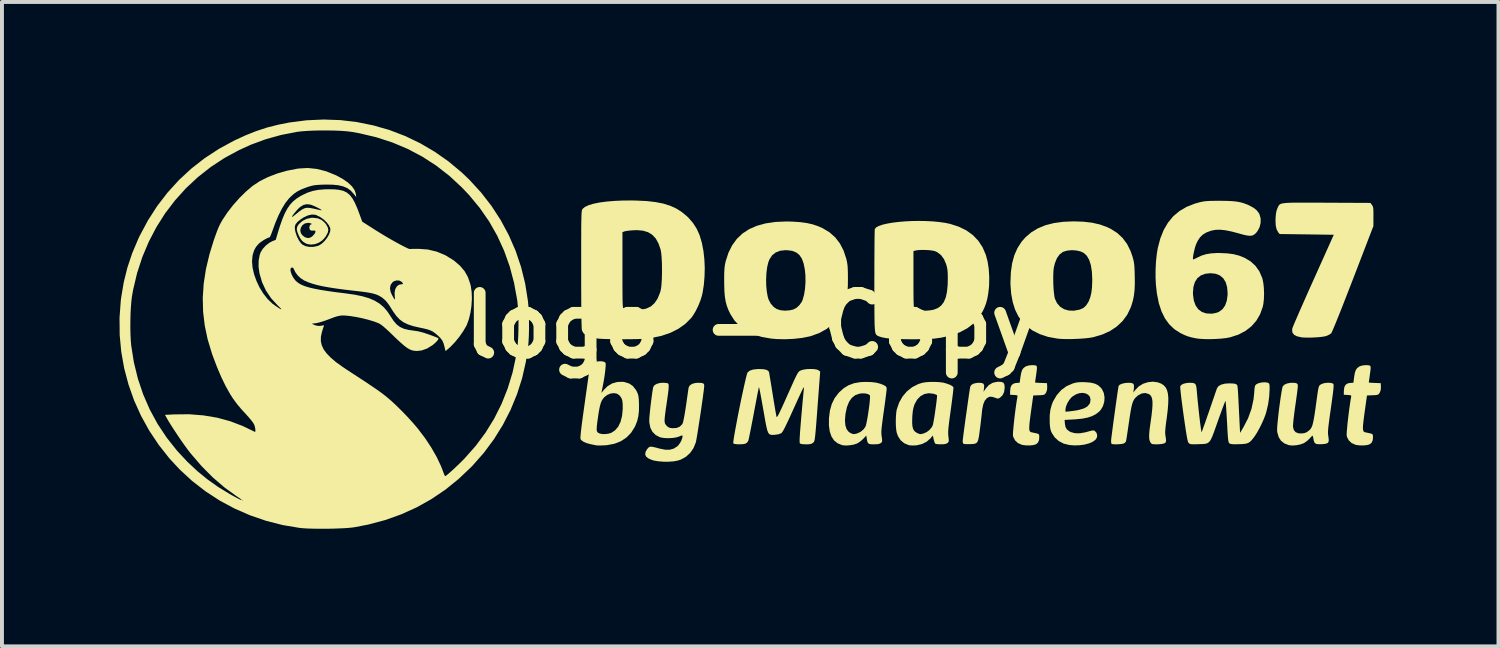
<source format=kicad_pcb>
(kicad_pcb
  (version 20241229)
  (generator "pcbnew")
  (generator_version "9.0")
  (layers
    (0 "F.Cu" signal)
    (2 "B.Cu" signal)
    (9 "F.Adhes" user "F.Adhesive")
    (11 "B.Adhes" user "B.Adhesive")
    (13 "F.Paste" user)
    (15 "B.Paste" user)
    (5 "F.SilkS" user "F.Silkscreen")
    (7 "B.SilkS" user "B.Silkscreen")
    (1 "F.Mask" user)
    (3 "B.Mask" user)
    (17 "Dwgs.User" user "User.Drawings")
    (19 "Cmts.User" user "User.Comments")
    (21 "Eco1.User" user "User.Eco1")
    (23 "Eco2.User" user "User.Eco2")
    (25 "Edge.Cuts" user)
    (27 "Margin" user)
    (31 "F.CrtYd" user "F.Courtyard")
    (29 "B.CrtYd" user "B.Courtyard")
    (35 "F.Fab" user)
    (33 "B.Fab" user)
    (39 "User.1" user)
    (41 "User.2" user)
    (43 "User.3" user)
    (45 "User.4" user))
  (footprint "logo - Copy"
    (layer "F.Cu")
    (at 16.122 5.259)
    (property "Reference" "logo - Copy" (at 0 0 0) (layer "F.SilkS") (effects (font (size 1.524 1.524) (thickness 0.3))))
    (attr through_hole)
    (fp_poly (pts (xy -11.063 -2.738) (xy -10.962 -2.694) (xy -10.878 -2.618) (xy -10.846 -2.576) (xy -10.808 -2.506) (xy -10.794 -2.444) (xy -10.806 -2.378) (xy -10.845 -2.301) (xy -10.869 -2.262) (xy -10.942 -2.179) (xy -11.034 -2.117) (xy -11.135 -2.079) (xy -11.239 -2.067) (xy -11.336 -2.083) (xy -11.37 -2.098) (xy -11.432 -2.136) (xy -11.478 -2.18) (xy -11.519 -2.242) (xy -11.548 -2.3) (xy -11.585 -2.39) (xy -11.591 -2.419) (xy -11.509 -2.419) (xy -11.492 -2.355) (xy -11.448 -2.297) (xy -11.388 -2.254) (xy -11.321 -2.235) (xy -11.315 -2.235) (xy -11.26 -2.243) (xy -11.212 -2.271) (xy -11.183 -2.298) (xy -11.146 -2.342) (xy -11.124 -2.382) (xy -11.121 -2.396) (xy -11.127 -2.419) (xy -11.153 -2.426) (xy -11.184 -2.424) (xy -11.231 -2.424) (xy -11.259 -2.443) (xy -11.269 -2.457) (xy -11.278 -2.501) (xy -11.27 -2.547) (xy -11.247 -2.579) (xy -11.227 -2.586) (xy -11.212 -2.591) (xy -11.224 -2.601) (xy -11.252 -2.612) (xy -11.287 -2.621) (xy -11.309 -2.623) (xy -11.392 -2.607) (xy -11.456 -2.562) (xy -11.497 -2.493) (xy -11.509 -2.419) (xy -11.591 -2.419) (xy -11.599 -2.462) (xy -11.588 -2.522) (xy -11.553 -2.58) (xy -11.545 -2.59) (xy -11.457 -2.669) (xy -11.348 -2.724) (xy -11.226 -2.751) (xy -11.185 -2.752)) (stroke (width 0) (type solid)) (fill yes) (layer "F.SilkS"))
    (fp_poly (pts (xy 6.379 1.437) (xy 6.429 1.454) (xy 6.455 1.491) (xy 6.465 1.554) (xy 6.465 1.586) (xy 6.451 1.696) (xy 6.408 1.782) (xy 6.346 1.839) (xy 6.313 1.858) (xy 6.284 1.861) (xy 6.242 1.849) (xy 6.22 1.84) (xy 6.144 1.817) (xy 6.087 1.814) (xy 6.038 1.834) (xy 6.005 1.858) (xy 5.956 1.919) (xy 5.919 2.011) (xy 5.893 2.136) (xy 5.884 2.217) (xy 5.878 2.277) (xy 5.868 2.365) (xy 5.856 2.47) (xy 5.842 2.582) (xy 5.834 2.642) (xy 5.818 2.768) (xy 5.803 2.862) (xy 5.786 2.93) (xy 5.765 2.975) (xy 5.736 3.002) (xy 5.695 3.016) (xy 5.641 3.022) (xy 5.583 3.024) (xy 5.512 3.025) (xy 5.454 3.023) (xy 5.42 3.019) (xy 5.417 3.018) (xy 5.401 2.994) (xy 5.394 2.951) (xy 5.394 2.948) (xy 5.397 2.918) (xy 5.404 2.857) (xy 5.415 2.769) (xy 5.429 2.661) (xy 5.446 2.536) (xy 5.464 2.401) (xy 5.484 2.261) (xy 5.504 2.12) (xy 5.523 1.984) (xy 5.541 1.857) (xy 5.557 1.746) (xy 5.571 1.656) (xy 5.582 1.591) (xy 5.588 1.557) (xy 5.617 1.512) (xy 5.675 1.48) (xy 5.757 1.462) (xy 5.806 1.459) (xy 5.88 1.464) (xy 5.924 1.483) (xy 5.942 1.522) (xy 5.94 1.586) (xy 5.938 1.601) (xy 5.926 1.69) (xy 5.982 1.606) (xy 6.063 1.516) (xy 6.161 1.459) (xy 6.275 1.434) (xy 6.3 1.433)) (stroke (width 0) (type solid)) (fill yes) (layer "F.SilkS"))
    (fp_poly (pts (xy 14.279 -3.138) (xy 14.49 -3.137) (xy 14.679 -3.136) (xy 15.799 -3.131) (xy 15.838 -3.079) (xy 15.854 -3.054) (xy 15.865 -3.026) (xy 15.872 -2.986) (xy 15.875 -2.928) (xy 15.876 -2.845) (xy 15.876 -2.783) (xy 15.875 -2.54) (xy 15.357 -1.193) (xy 15.26 -0.944) (xy 15.171 -0.715) (xy 15.09 -0.507) (xy 15.017 -0.323) (xy 14.953 -0.164) (xy 14.899 -0.031) (xy 14.855 0.073) (xy 14.823 0.147) (xy 14.803 0.189) (xy 14.797 0.197) (xy 14.755 0.227) (xy 14.695 0.256) (xy 14.661 0.268) (xy 14.595 0.282) (xy 14.502 0.293) (xy 14.393 0.301) (xy 14.279 0.306) (xy 14.171 0.306) (xy 14.078 0.303) (xy 14.029 0.297) (xy 13.924 0.272) (xy 13.853 0.235) (xy 13.812 0.184) (xy 13.801 0.116) (xy 13.807 0.069) (xy 13.817 0.043) (xy 13.84 -0.015) (xy 13.876 -0.1) (xy 13.924 -0.21) (xy 13.981 -0.343) (xy 14.048 -0.494) (xy 14.122 -0.662) (xy 14.202 -0.843) (xy 14.288 -1.035) (xy 14.342 -1.155) (xy 14.864 -2.318) (xy 14.173 -2.328) (xy 13.482 -2.337) (xy 13.447 -2.38) (xy 13.407 -2.451) (xy 13.384 -2.547) (xy 13.377 -2.671) (xy 13.379 -2.746) (xy 13.388 -2.854) (xy 13.404 -2.935) (xy 13.428 -2.998) (xy 13.441 -3.027) (xy 13.453 -3.052) (xy 13.466 -3.072) (xy 13.483 -3.09) (xy 13.507 -3.104) (xy 13.54 -3.115) (xy 13.586 -3.123) (xy 13.647 -3.13) (xy 13.726 -3.134) (xy 13.826 -3.137) (xy 13.95 -3.138) (xy 14.1 -3.138)) (stroke (width 0) (type solid)) (fill yes) (layer "F.SilkS"))
    (fp_poly (pts (xy 7.249 1.014) (xy 7.279 1.028) (xy 7.287 1.048) (xy 7.289 1.09) (xy 7.282 1.158) (xy 7.271 1.245) (xy 7.259 1.326) (xy 7.249 1.392) (xy 7.243 1.436) (xy 7.241 1.45) (xy 7.258 1.454) (xy 7.304 1.459) (xy 7.369 1.462) (xy 7.394 1.463) (xy 7.546 1.469) (xy 7.551 1.561) (xy 7.547 1.642) (xy 7.523 1.707) (xy 7.52 1.713) (xy 7.499 1.742) (xy 7.478 1.76) (xy 7.445 1.77) (xy 7.391 1.775) (xy 7.339 1.777) (xy 7.195 1.783) (xy 7.136 2.204) (xy 7.116 2.354) (xy 7.102 2.471) (xy 7.094 2.56) (xy 7.092 2.625) (xy 7.097 2.669) (xy 7.108 2.698) (xy 7.126 2.714) (xy 7.151 2.723) (xy 7.153 2.723) (xy 7.237 2.741) (xy 7.292 2.753) (xy 7.325 2.765) (xy 7.34 2.78) (xy 7.346 2.802) (xy 7.349 2.834) (xy 7.349 2.834) (xy 7.343 2.921) (xy 7.313 2.989) (xy 7.263 3.029) (xy 7.196 3.049) (xy 7.107 3.058) (xy 7.012 3.057) (xy 6.923 3.046) (xy 6.9 3.04) (xy 6.804 2.997) (xy 6.731 2.929) (xy 6.686 2.842) (xy 6.677 2.802) (xy 6.677 2.764) (xy 6.681 2.695) (xy 6.689 2.603) (xy 6.7 2.494) (xy 6.713 2.373) (xy 6.728 2.248) (xy 6.744 2.124) (xy 6.76 2.009) (xy 6.776 1.908) (xy 6.79 1.828) (xy 6.79 1.825) (xy 6.794 1.796) (xy 6.785 1.781) (xy 6.755 1.774) (xy 6.702 1.77) (xy 6.604 1.764) (xy 6.605 1.667) (xy 6.616 1.575) (xy 6.648 1.512) (xy 6.704 1.475) (xy 6.765 1.463) (xy 6.848 1.458) (xy 6.869 1.307) (xy 6.887 1.208) (xy 6.909 1.138) (xy 6.941 1.089) (xy 6.986 1.052) (xy 7.006 1.041) (xy 7.059 1.022) (xy 7.126 1.011) (xy 7.193 1.009)) (stroke (width 0) (type solid)) (fill yes) (layer "F.SilkS"))
    (fp_poly (pts (xy 15.765 1.014) (xy 15.795 1.028) (xy 15.803 1.048) (xy 15.805 1.09) (xy 15.798 1.158) (xy 15.786 1.245) (xy 15.775 1.326) (xy 15.765 1.392) (xy 15.759 1.436) (xy 15.757 1.45) (xy 15.774 1.454) (xy 15.82 1.459) (xy 15.885 1.462) (xy 15.91 1.463) (xy 16.062 1.469) (xy 16.067 1.561) (xy 16.063 1.642) (xy 16.039 1.707) (xy 16.035 1.713) (xy 16.015 1.742) (xy 15.994 1.76) (xy 15.961 1.77) (xy 15.907 1.775) (xy 15.855 1.777) (xy 15.711 1.783) (xy 15.652 2.204) (xy 15.632 2.354) (xy 15.618 2.471) (xy 15.609 2.56) (xy 15.608 2.625) (xy 15.613 2.669) (xy 15.624 2.698) (xy 15.642 2.714) (xy 15.667 2.723) (xy 15.669 2.723) (xy 15.753 2.741) (xy 15.808 2.753) (xy 15.84 2.765) (xy 15.856 2.78) (xy 15.862 2.802) (xy 15.865 2.834) (xy 15.865 2.834) (xy 15.859 2.921) (xy 15.829 2.989) (xy 15.779 3.029) (xy 15.712 3.049) (xy 15.623 3.058) (xy 15.528 3.057) (xy 15.439 3.046) (xy 15.416 3.04) (xy 15.32 2.997) (xy 15.247 2.929) (xy 15.202 2.842) (xy 15.193 2.802) (xy 15.193 2.763) (xy 15.197 2.695) (xy 15.205 2.603) (xy 15.215 2.493) (xy 15.229 2.373) (xy 15.244 2.248) (xy 15.26 2.125) (xy 15.276 2.01) (xy 15.291 1.91) (xy 15.305 1.831) (xy 15.306 1.825) (xy 15.31 1.796) (xy 15.301 1.781) (xy 15.271 1.774) (xy 15.218 1.77) (xy 15.12 1.764) (xy 15.121 1.667) (xy 15.132 1.575) (xy 15.164 1.512) (xy 15.219 1.475) (xy 15.281 1.463) (xy 15.365 1.458) (xy 15.384 1.31) (xy 15.401 1.209) (xy 15.425 1.136) (xy 15.461 1.084) (xy 15.512 1.046) (xy 15.522 1.041) (xy 15.575 1.022) (xy 15.642 1.011) (xy 15.709 1.009)) (stroke (width 0) (type solid)) (fill yes) (layer "F.SilkS"))
    (fp_poly (pts (xy 8.523 1.444) (xy 8.659 1.455) (xy 8.766 1.481) (xy 8.851 1.523) (xy 8.919 1.584) (xy 8.949 1.623) (xy 8.995 1.719) (xy 9.014 1.829) (xy 9.007 1.943) (xy 8.974 2.054) (xy 8.918 2.15) (xy 8.873 2.198) (xy 8.788 2.263) (xy 8.691 2.312) (xy 8.577 2.349) (xy 8.44 2.375) (xy 8.275 2.391) (xy 8.227 2.394) (xy 7.995 2.407) (xy 8.003 2.506) (xy 8.019 2.59) (xy 8.054 2.651) (xy 8.117 2.698) (xy 8.156 2.718) (xy 8.259 2.746) (xy 8.385 2.748) (xy 8.53 2.722) (xy 8.582 2.708) (xy 8.658 2.686) (xy 8.708 2.676) (xy 8.741 2.677) (xy 8.765 2.687) (xy 8.765 2.687) (xy 8.808 2.734) (xy 8.827 2.798) (xy 8.819 2.858) (xy 8.781 2.915) (xy 8.711 2.965) (xy 8.617 3.006) (xy 8.503 3.036) (xy 8.376 3.053) (xy 8.241 3.057) (xy 8.116 3.047) (xy 7.97 3.011) (xy 7.845 2.945) (xy 7.742 2.851) (xy 7.671 2.743) (xy 7.647 2.691) (xy 7.632 2.637) (xy 7.622 2.571) (xy 7.615 2.48) (xy 7.615 2.462) (xy 7.615 2.29) (xy 7.626 2.198) (xy 8.017 2.198) (xy 8.133 2.187) (xy 8.218 2.176) (xy 8.312 2.161) (xy 8.368 2.149) (xy 8.489 2.113) (xy 8.576 2.063) (xy 8.631 1.999) (xy 8.647 1.959) (xy 8.657 1.879) (xy 8.638 1.813) (xy 8.595 1.763) (xy 8.533 1.731) (xy 8.457 1.717) (xy 8.373 1.724) (xy 8.287 1.753) (xy 8.202 1.805) (xy 8.167 1.834) (xy 8.113 1.9) (xy 8.065 1.98) (xy 8.031 2.063) (xy 8.017 2.135) (xy 8.017 2.138) (xy 8.017 2.198) (xy 7.626 2.198) (xy 7.633 2.143) (xy 7.671 2.008) (xy 7.704 1.929) (xy 7.796 1.773) (xy 7.91 1.644) (xy 8.044 1.546) (xy 8.196 1.479) (xy 8.205 1.476) (xy 8.278 1.456) (xy 8.347 1.446) (xy 8.426 1.442)) (stroke (width 0) (type solid)) (fill yes) (layer "F.SilkS"))
    (fp_poly (pts (xy 3.069 1.441) (xy 3.192 1.457) (xy 3.298 1.485) (xy 3.376 1.517) (xy 3.425 1.544) (xy 3.448 1.571) (xy 3.454 1.607) (xy 3.454 1.613) (xy 3.452 1.647) (xy 3.445 1.711) (xy 3.433 1.801) (xy 3.419 1.912) (xy 3.402 2.038) (xy 3.383 2.175) (xy 3.381 2.188) (xy 3.359 2.343) (xy 3.343 2.466) (xy 3.331 2.563) (xy 3.323 2.639) (xy 3.319 2.698) (xy 3.319 2.746) (xy 3.322 2.788) (xy 3.327 2.83) (xy 3.328 2.834) (xy 3.337 2.902) (xy 3.339 2.944) (xy 3.333 2.969) (xy 3.316 2.989) (xy 3.307 2.996) (xy 3.272 3.015) (xy 3.221 3.026) (xy 3.144 3.029) (xy 3.13 3.03) (xy 3.053 3.028) (xy 3.004 3.018) (xy 2.975 2.993) (xy 2.958 2.947) (xy 2.947 2.886) (xy 2.934 2.806) (xy 2.856 2.89) (xy 2.797 2.943) (xy 2.73 2.991) (xy 2.692 3.011) (xy 2.613 3.037) (xy 2.517 3.053) (xy 2.42 3.06) (xy 2.338 3.054) (xy 2.318 3.05) (xy 2.204 3.004) (xy 2.113 2.931) (xy 2.046 2.83) (xy 2.002 2.702) (xy 1.981 2.546) (xy 1.982 2.421) (xy 2.39 2.421) (xy 2.401 2.547) (xy 2.433 2.645) (xy 2.488 2.714) (xy 2.536 2.744) (xy 2.583 2.763) (xy 2.619 2.769) (xy 2.661 2.762) (xy 2.701 2.752) (xy 2.789 2.711) (xy 2.867 2.645) (xy 2.912 2.581) (xy 2.926 2.542) (xy 2.941 2.477) (xy 2.958 2.391) (xy 2.975 2.292) (xy 2.991 2.185) (xy 3.006 2.079) (xy 3.018 1.979) (xy 3.026 1.893) (xy 3.03 1.826) (xy 3.029 1.786) (xy 3.026 1.779) (xy 2.98 1.748) (xy 2.909 1.731) (xy 2.823 1.729) (xy 2.756 1.738) (xy 2.651 1.776) (xy 2.564 1.845) (xy 2.495 1.944) (xy 2.442 2.075) (xy 2.406 2.238) (xy 2.402 2.269) (xy 2.39 2.421) (xy 1.982 2.421) (xy 1.982 2.36) (xy 1.983 2.356) (xy 2.007 2.164) (xy 2.055 1.997) (xy 2.127 1.851) (xy 2.227 1.72) (xy 2.241 1.704) (xy 2.359 1.597) (xy 2.485 1.52) (xy 2.627 1.469) (xy 2.789 1.442) (xy 2.919 1.437)) (stroke (width 0) (type solid)) (fill yes) (layer "F.SilkS"))
    (fp_poly (pts (xy 8.471 -2.652) (xy 8.693 -2.626) (xy 8.893 -2.581) (xy 9.074 -2.516) (xy 9.17 -2.47) (xy 9.336 -2.365) (xy 9.475 -2.236) (xy 9.59 -2.081) (xy 9.68 -1.899) (xy 9.727 -1.764) (xy 9.745 -1.699) (xy 9.759 -1.64) (xy 9.769 -1.579) (xy 9.776 -1.506) (xy 9.781 -1.416) (xy 9.784 -1.298) (xy 9.785 -1.256) (xy 9.787 -1.066) (xy 9.78 -0.904) (xy 9.763 -0.761) (xy 9.736 -0.631) (xy 9.697 -0.504) (xy 9.681 -0.459) (xy 9.593 -0.277) (xy 9.475 -0.117) (xy 9.329 0.021) (xy 9.156 0.137) (xy 8.958 0.227) (xy 8.735 0.293) (xy 8.711 0.298) (xy 8.609 0.315) (xy 8.48 0.328) (xy 8.336 0.337) (xy 8.186 0.343) (xy 8.04 0.344) (xy 7.91 0.34) (xy 7.814 0.332) (xy 7.574 0.288) (xy 7.361 0.218) (xy 7.174 0.123) (xy 7.014 0.003) (xy 6.88 -0.144) (xy 6.813 -0.241) (xy 6.732 -0.406) (xy 6.672 -0.597) (xy 6.632 -0.812) (xy 6.614 -1.045) (xy 6.613 -1.109) (xy 6.617 -1.189) (xy 7.705 -1.189) (xy 7.707 -1.065) (xy 7.713 -0.943) (xy 7.723 -0.833) (xy 7.735 -0.743) (xy 7.747 -0.688) (xy 7.802 -0.572) (xy 7.881 -0.482) (xy 7.981 -0.419) (xy 8.099 -0.385) (xy 8.231 -0.38) (xy 8.374 -0.407) (xy 8.387 -0.411) (xy 8.473 -0.449) (xy 8.541 -0.51) (xy 8.599 -0.598) (xy 8.609 -0.618) (xy 8.649 -0.72) (xy 8.677 -0.834) (xy 8.694 -0.969) (xy 8.7 -1.131) (xy 8.701 -1.167) (xy 8.692 -1.369) (xy 8.666 -1.54) (xy 8.622 -1.678) (xy 8.56 -1.784) (xy 8.483 -1.856) (xy 8.397 -1.895) (xy 8.29 -1.918) (xy 8.174 -1.925) (xy 8.062 -1.914) (xy 7.966 -1.886) (xy 7.951 -1.879) (xy 7.867 -1.816) (xy 7.8 -1.722) (xy 7.749 -1.597) (xy 7.721 -1.485) (xy 7.711 -1.408) (xy 7.706 -1.306) (xy 7.705 -1.189) (xy 6.617 -1.189) (xy 6.624 -1.365) (xy 6.657 -1.594) (xy 6.713 -1.798) (xy 6.793 -1.979) (xy 6.897 -2.14) (xy 6.999 -2.256) (xy 7.147 -2.382) (xy 7.315 -2.483) (xy 7.505 -2.561) (xy 7.719 -2.616) (xy 7.959 -2.649) (xy 8.221 -2.66)) (stroke (width 0) (type solid)) (fill yes) (layer "F.SilkS"))
    (fp_poly (pts (xy 1.044 -2.654) (xy 1.242 -2.641) (xy 1.413 -2.618) (xy 1.565 -2.584) (xy 1.707 -2.536) (xy 1.822 -2.485) (xy 1.994 -2.382) (xy 2.141 -2.252) (xy 2.261 -2.096) (xy 2.355 -1.914) (xy 2.424 -1.706) (xy 2.439 -1.641) (xy 2.45 -1.579) (xy 2.458 -1.512) (xy 2.462 -1.432) (xy 2.465 -1.332) (xy 2.466 -1.203) (xy 2.466 -1.191) (xy 2.464 -1.022) (xy 2.457 -0.882) (xy 2.444 -0.763) (xy 2.424 -0.657) (xy 2.394 -0.557) (xy 2.353 -0.454) (xy 2.315 -0.369) (xy 2.21 -0.194) (xy 2.078 -0.041) (xy 1.919 0.087) (xy 1.735 0.189) (xy 1.527 0.265) (xy 1.487 0.276) (xy 1.297 0.314) (xy 1.084 0.338) (xy 0.862 0.348) (xy 0.641 0.343) (xy 0.501 0.33) (xy 0.263 0.288) (xy 0.05 0.221) (xy -0.137 0.128) (xy -0.297 0.011) (xy -0.43 -0.131) (xy -0.532 -0.291) (xy -0.585 -0.4) (xy -0.625 -0.506) (xy -0.654 -0.614) (xy -0.674 -0.734) (xy -0.686 -0.871) (xy -0.691 -1.034) (xy -0.692 -1.127) (xy -0.692 -1.182) (xy 0.378 -1.182) (xy 0.381 -1.019) (xy 0.396 -0.865) (xy 0.421 -0.73) (xy 0.443 -0.661) (xy 0.495 -0.563) (xy 0.568 -0.479) (xy 0.643 -0.426) (xy 0.74 -0.393) (xy 0.857 -0.381) (xy 0.98 -0.39) (xy 1.069 -0.41) (xy 1.152 -0.452) (xy 1.228 -0.522) (xy 1.289 -0.608) (xy 1.309 -0.654) (xy 1.346 -0.785) (xy 1.371 -0.94) (xy 1.383 -1.109) (xy 1.381 -1.282) (xy 1.366 -1.432) (xy 1.335 -1.587) (xy 1.29 -1.71) (xy 1.227 -1.803) (xy 1.145 -1.868) (xy 1.042 -1.908) (xy 0.914 -1.924) (xy 0.868 -1.925) (xy 0.733 -1.91) (xy 0.62 -1.865) (xy 0.53 -1.792) (xy 0.463 -1.689) (xy 0.436 -1.621) (xy 0.405 -1.493) (xy 0.386 -1.343) (xy 0.378 -1.182) (xy -0.692 -1.182) (xy -0.692 -1.259) (xy -0.69 -1.363) (xy -0.685 -1.444) (xy -0.679 -1.511) (xy -0.669 -1.572) (xy -0.655 -1.634) (xy -0.652 -1.647) (xy -0.582 -1.862) (xy -0.488 -2.05) (xy -0.369 -2.213) (xy -0.225 -2.35) (xy -0.055 -2.461) (xy 0.141 -2.547) (xy 0.363 -2.608) (xy 0.612 -2.645) (xy 0.889 -2.657)) (stroke (width 0) (type solid)) (fill yes) (layer "F.SilkS"))
    (fp_poly (pts (xy 10.374 1.448) (xy 10.459 1.48) (xy 10.522 1.521) (xy 10.572 1.575) (xy 10.608 1.645) (xy 10.631 1.734) (xy 10.642 1.846) (xy 10.64 1.983) (xy 10.627 2.149) (xy 10.603 2.346) (xy 10.598 2.383) (xy 10.579 2.519) (xy 10.568 2.624) (xy 10.562 2.704) (xy 10.563 2.765) (xy 10.567 2.799) (xy 10.58 2.884) (xy 10.584 2.94) (xy 10.576 2.975) (xy 10.557 2.996) (xy 10.527 3.009) (xy 10.478 3.02) (xy 10.408 3.027) (xy 10.342 3.03) (xy 10.273 3.028) (xy 10.231 3.022) (xy 10.206 3.008) (xy 10.19 2.988) (xy 10.17 2.948) (xy 10.157 2.901) (xy 10.152 2.841) (xy 10.154 2.763) (xy 10.163 2.661) (xy 10.18 2.531) (xy 10.189 2.47) (xy 10.214 2.291) (xy 10.23 2.144) (xy 10.238 2.026) (xy 10.237 1.934) (xy 10.227 1.863) (xy 10.208 1.81) (xy 10.179 1.772) (xy 10.141 1.745) (xy 10.14 1.745) (xy 10.055 1.72) (xy 9.966 1.731) (xy 9.877 1.775) (xy 9.814 1.829) (xy 9.784 1.863) (xy 9.759 1.9) (xy 9.738 1.945) (xy 9.719 2.003) (xy 9.7 2.078) (xy 9.682 2.175) (xy 9.662 2.298) (xy 9.639 2.453) (xy 9.634 2.485) (xy 9.616 2.61) (xy 9.599 2.724) (xy 9.584 2.822) (xy 9.572 2.897) (xy 9.563 2.944) (xy 9.56 2.958) (xy 9.535 2.988) (xy 9.502 3.009) (xy 9.464 3.018) (xy 9.405 3.025) (xy 9.336 3.029) (xy 9.271 3.029) (xy 9.219 3.025) (xy 9.193 3.017) (xy 9.185 2.992) (xy 9.181 2.947) (xy 9.181 2.946) (xy 9.183 2.916) (xy 9.19 2.854) (xy 9.201 2.767) (xy 9.215 2.659) (xy 9.231 2.535) (xy 9.249 2.401) (xy 9.269 2.26) (xy 9.288 2.12) (xy 9.307 1.983) (xy 9.325 1.856) (xy 9.341 1.744) (xy 9.355 1.651) (xy 9.366 1.582) (xy 9.373 1.543) (xy 9.375 1.537) (xy 9.403 1.508) (xy 9.459 1.484) (xy 9.533 1.466) (xy 9.615 1.459) (xy 9.621 1.459) (xy 9.697 1.463) (xy 9.743 1.48) (xy 9.764 1.515) (xy 9.765 1.575) (xy 9.762 1.61) (xy 9.75 1.709) (xy 9.801 1.64) (xy 9.889 1.55) (xy 9.998 1.484) (xy 10.121 1.444) (xy 10.249 1.431)) (stroke (width 0) (type solid)) (fill yes) (layer "F.SilkS"))
    (fp_poly (pts (xy -3.777 0.917) (xy -3.732 0.938) (xy -3.718 0.956) (xy -3.715 0.99) (xy -3.718 1.053) (xy -3.726 1.138) (xy -3.738 1.238) (xy -3.754 1.345) (xy -3.773 1.454) (xy -3.788 1.532) (xy -3.803 1.607) (xy -3.815 1.668) (xy -3.823 1.705) (xy -3.824 1.713) (xy -3.814 1.704) (xy -3.788 1.673) (xy -3.763 1.641) (xy -3.667 1.545) (xy -3.551 1.476) (xy -3.421 1.439) (xy -3.284 1.434) (xy -3.234 1.441) (xy -3.116 1.478) (xy -3.022 1.542) (xy -2.947 1.638) (xy -2.928 1.671) (xy -2.904 1.721) (xy -2.888 1.765) (xy -2.878 1.814) (xy -2.871 1.876) (xy -2.868 1.961) (xy -2.866 2.003) (xy -2.867 2.169) (xy -2.882 2.31) (xy -2.912 2.436) (xy -2.959 2.555) (xy -2.975 2.588) (xy -3.069 2.737) (xy -3.188 2.858) (xy -3.329 2.951) (xy -3.494 3.015) (xy -3.68 3.05) (xy -3.742 3.055) (xy -3.822 3.058) (xy -3.893 3.059) (xy -3.943 3.057) (xy -3.953 3.056) (xy -4.097 3.027) (xy -4.207 2.997) (xy -4.286 2.962) (xy -4.338 2.922) (xy -4.355 2.9) (xy -4.359 2.885) (xy -4.36 2.855) (xy -4.357 2.807) (xy -4.351 2.74) (xy -4.341 2.649) (xy -4.341 2.648) (xy -3.946 2.648) (xy -3.941 2.69) (xy -3.927 2.718) (xy -3.905 2.737) (xy -3.873 2.752) (xy -3.871 2.753) (xy -3.805 2.767) (xy -3.722 2.768) (xy -3.638 2.756) (xy -3.573 2.736) (xy -3.475 2.671) (xy -3.395 2.577) (xy -3.336 2.454) (xy -3.298 2.305) (xy -3.281 2.133) (xy -3.281 2.097) (xy -3.282 1.996) (xy -3.29 1.922) (xy -3.306 1.866) (xy -3.334 1.819) (xy -3.367 1.778) (xy -3.428 1.737) (xy -3.505 1.723) (xy -3.59 1.733) (xy -3.674 1.768) (xy -3.749 1.825) (xy -3.753 1.83) (xy -3.788 1.872) (xy -3.818 1.92) (xy -3.842 1.979) (xy -3.863 2.054) (xy -3.883 2.152) (xy -3.904 2.278) (xy -3.918 2.378) (xy -3.934 2.497) (xy -3.943 2.585) (xy -3.946 2.648) (xy -4.341 2.648) (xy -4.327 2.533) (xy -4.308 2.39) (xy -4.284 2.216) (xy -4.255 2.008) (xy -4.244 1.929) (xy -4.112 0.992) (xy -4.056 0.958) (xy -3.991 0.93) (xy -3.916 0.913) (xy -3.842 0.909)) (stroke (width 0) (type solid)) (fill yes) (layer "F.SilkS"))
    (fp_poly (pts (xy 4.789 1.442) (xy 4.884 1.453) (xy 4.914 1.459) (xy 4.999 1.484) (xy 5.074 1.513) (xy 5.129 1.544) (xy 5.157 1.572) (xy 5.158 1.574) (xy 5.158 1.598) (xy 5.153 1.653) (xy 5.144 1.736) (xy 5.131 1.841) (xy 5.115 1.964) (xy 5.097 2.099) (xy 5.09 2.149) (xy 5.068 2.311) (xy 5.05 2.442) (xy 5.038 2.546) (xy 5.029 2.628) (xy 5.025 2.693) (xy 5.024 2.745) (xy 5.026 2.791) (xy 5.03 2.831) (xy 5.038 2.9) (xy 5.039 2.943) (xy 5.032 2.969) (xy 5.015 2.989) (xy 5.006 2.996) (xy 4.968 3.017) (xy 4.911 3.027) (xy 4.842 3.029) (xy 4.776 3.027) (xy 4.724 3.022) (xy 4.697 3.015) (xy 4.681 2.99) (xy 4.664 2.941) (xy 4.654 2.903) (xy 4.633 2.805) (xy 4.57 2.879) (xy 4.476 2.962) (xy 4.359 3.021) (xy 4.228 3.053) (xy 4.192 3.057) (xy 4.12 3.059) (xy 4.054 3.056) (xy 4.018 3.05) (xy 3.903 3.002) (xy 3.811 2.926) (xy 3.744 2.823) (xy 3.71 2.729) (xy 3.697 2.65) (xy 3.689 2.546) (xy 3.688 2.485) (xy 4.105 2.485) (xy 4.113 2.576) (xy 4.131 2.642) (xy 4.162 2.691) (xy 4.209 2.727) (xy 4.23 2.739) (xy 4.278 2.761) (xy 4.313 2.769) (xy 4.352 2.764) (xy 4.402 2.751) (xy 4.48 2.715) (xy 4.553 2.657) (xy 4.609 2.588) (xy 4.633 2.536) (xy 4.643 2.493) (xy 4.655 2.425) (xy 4.67 2.339) (xy 4.685 2.24) (xy 4.7 2.136) (xy 4.714 2.034) (xy 4.726 1.94) (xy 4.735 1.862) (xy 4.74 1.805) (xy 4.74 1.776) (xy 4.739 1.775) (xy 4.717 1.762) (xy 4.671 1.745) (xy 4.644 1.738) (xy 4.525 1.725) (xy 4.415 1.747) (xy 4.317 1.801) (xy 4.234 1.886) (xy 4.171 1.998) (xy 4.157 2.033) (xy 4.134 2.112) (xy 4.119 2.2) (xy 4.109 2.31) (xy 4.107 2.365) (xy 4.105 2.485) (xy 3.688 2.485) (xy 3.687 2.43) (xy 3.691 2.314) (xy 3.7 2.211) (xy 3.711 2.143) (xy 3.771 1.968) (xy 3.858 1.812) (xy 3.971 1.678) (xy 4.106 1.571) (xy 4.26 1.492) (xy 4.371 1.458) (xy 4.454 1.445) (xy 4.56 1.438) (xy 4.676 1.437)) (stroke (width 0) (type solid)) (fill yes) (layer "F.SilkS"))
    (fp_poly (pts (xy 14.802 1.465) (xy 14.845 1.481) (xy 14.852 1.487) (xy 14.857 1.501) (xy 14.86 1.529) (xy 14.858 1.575) (xy 14.852 1.641) (xy 14.842 1.73) (xy 14.826 1.848) (xy 14.806 1.996) (xy 14.79 2.11) (xy 14.766 2.276) (xy 14.748 2.41) (xy 14.734 2.516) (xy 14.724 2.6) (xy 14.719 2.665) (xy 14.716 2.717) (xy 14.717 2.759) (xy 14.721 2.796) (xy 14.726 2.832) (xy 14.736 2.912) (xy 14.731 2.965) (xy 14.706 2.998) (xy 14.656 3.016) (xy 14.575 3.025) (xy 14.55 3.026) (xy 14.465 3.027) (xy 14.409 3.017) (xy 14.375 2.99) (xy 14.355 2.941) (xy 14.345 2.892) (xy 14.336 2.842) (xy 14.326 2.812) (xy 14.322 2.808) (xy 14.304 2.821) (xy 14.272 2.854) (xy 14.247 2.882) (xy 14.19 2.937) (xy 14.121 2.987) (xy 14.095 3.002) (xy 14.012 3.032) (xy 13.914 3.052) (xy 13.814 3.06) (xy 13.729 3.053) (xy 13.716 3.05) (xy 13.603 3.006) (xy 13.518 2.939) (xy 13.459 2.847) (xy 13.424 2.728) (xy 13.418 2.682) (xy 13.418 2.636) (xy 13.422 2.561) (xy 13.431 2.462) (xy 13.443 2.347) (xy 13.457 2.22) (xy 13.473 2.088) (xy 13.491 1.959) (xy 13.508 1.836) (xy 13.525 1.728) (xy 13.54 1.64) (xy 13.553 1.579) (xy 13.56 1.555) (xy 13.596 1.513) (xy 13.66 1.481) (xy 13.744 1.462) (xy 13.797 1.459) (xy 13.872 1.462) (xy 13.917 1.473) (xy 13.94 1.495) (xy 13.947 1.534) (xy 13.947 1.542) (xy 13.944 1.577) (xy 13.937 1.642) (xy 13.926 1.732) (xy 13.911 1.842) (xy 13.894 1.964) (xy 13.881 2.053) (xy 13.863 2.182) (xy 13.848 2.304) (xy 13.835 2.412) (xy 13.827 2.5) (xy 13.823 2.562) (xy 13.824 2.586) (xy 13.845 2.666) (xy 13.891 2.72) (xy 13.963 2.748) (xy 14.023 2.752) (xy 14.107 2.746) (xy 14.173 2.721) (xy 14.239 2.671) (xy 14.247 2.664) (xy 14.273 2.635) (xy 14.296 2.598) (xy 14.316 2.55) (xy 14.334 2.485) (xy 14.352 2.399) (xy 14.371 2.289) (xy 14.392 2.149) (xy 14.408 2.032) (xy 14.428 1.885) (xy 14.444 1.77) (xy 14.457 1.683) (xy 14.468 1.619) (xy 14.478 1.575) (xy 14.489 1.545) (xy 14.501 1.526) (xy 14.515 1.513) (xy 14.533 1.502) (xy 14.543 1.496) (xy 14.597 1.474) (xy 14.666 1.461) (xy 14.739 1.458)) (stroke (width 0) (type solid)) (fill yes) (layer "F.SilkS"))
    (fp_poly (pts (xy 4.463 -2.668) (xy 4.637 -2.659) (xy 4.802 -2.643) (xy 4.954 -2.621) (xy 5.073 -2.596) (xy 5.295 -2.524) (xy 5.489 -2.429) (xy 5.655 -2.309) (xy 5.793 -2.165) (xy 5.903 -1.997) (xy 5.985 -1.805) (xy 6.03 -1.637) (xy 6.059 -1.447) (xy 6.072 -1.24) (xy 6.069 -1.035) (xy 6.061 -0.939) (xy 6.042 -0.792) (xy 6.019 -0.67) (xy 5.989 -0.563) (xy 5.949 -0.458) (xy 5.908 -0.371) (xy 5.806 -0.202) (xy 5.674 -0.056) (xy 5.512 0.068) (xy 5.322 0.17) (xy 5.103 0.249) (xy 4.855 0.306) (xy 4.677 0.331) (xy 4.59 0.337) (xy 4.475 0.342) (xy 4.338 0.346) (xy 4.189 0.348) (xy 4.035 0.348) (xy 3.885 0.346) (xy 3.746 0.343) (xy 3.627 0.338) (xy 3.541 0.332) (xy 3.419 0.316) (xy 3.317 0.295) (xy 3.242 0.269) (xy 3.213 0.253) (xy 3.199 0.242) (xy 3.187 0.23) (xy 3.177 0.213) (xy 3.168 0.19) (xy 3.161 0.158) (xy 3.155 0.114) (xy 3.151 0.055) (xy 3.147 -0.021) (xy 3.145 -0.116) (xy 3.143 -0.234) (xy 3.142 -0.376) (xy 3.141 -0.546) (xy 3.14 -0.747) (xy 3.14 -0.98) (xy 3.14 -1.143) (xy 3.141 -1.358) (xy 3.141 -1.564) (xy 3.142 -1.756) (xy 3.143 -1.902) (xy 4.138 -1.902) (xy 4.138 -1.165) (xy 4.138 -0.97) (xy 4.139 -0.81) (xy 4.14 -0.681) (xy 4.143 -0.581) (xy 4.146 -0.507) (xy 4.15 -0.456) (xy 4.155 -0.426) (xy 4.161 -0.413) (xy 4.161 -0.412) (xy 4.21 -0.395) (xy 4.286 -0.384) (xy 4.378 -0.38) (xy 4.477 -0.382) (xy 4.574 -0.391) (xy 4.657 -0.407) (xy 4.761 -0.448) (xy 4.846 -0.512) (xy 4.913 -0.601) (xy 4.962 -0.717) (xy 4.994 -0.862) (xy 5.011 -1.038) (xy 5.014 -1.164) (xy 5.014 -1.278) (xy 5.011 -1.364) (xy 5.004 -1.432) (xy 4.993 -1.492) (xy 4.977 -1.552) (xy 4.972 -1.567) (xy 4.917 -1.697) (xy 4.84 -1.801) (xy 4.744 -1.874) (xy 4.695 -1.897) (xy 4.633 -1.913) (xy 4.547 -1.924) (xy 4.447 -1.93) (xy 4.346 -1.931) (xy 4.257 -1.927) (xy 4.19 -1.916) (xy 4.189 -1.916) (xy 4.138 -1.902) (xy 3.143 -1.902) (xy 3.143 -1.931) (xy 3.144 -2.087) (xy 3.145 -2.22) (xy 3.147 -2.327) (xy 3.149 -2.406) (xy 3.151 -2.453) (xy 3.152 -2.465) (xy 3.186 -2.506) (xy 3.252 -2.542) (xy 3.347 -2.575) (xy 3.467 -2.603) (xy 3.606 -2.627) (xy 3.762 -2.646) (xy 3.929 -2.66) (xy 4.105 -2.669) (xy 4.284 -2.671)) (stroke (width 0) (type solid)) (fill yes) (layer "F.SilkS"))
    (fp_poly (pts (xy -1.285 1.462) (xy -1.235 1.471) (xy -1.21 1.49) (xy -1.201 1.522) (xy -1.201 1.532) (xy -1.204 1.57) (xy -1.211 1.64) (xy -1.224 1.736) (xy -1.239 1.852) (xy -1.258 1.983) (xy -1.278 2.125) (xy -1.3 2.271) (xy -1.322 2.417) (xy -1.344 2.557) (xy -1.364 2.686) (xy -1.382 2.799) (xy -1.398 2.89) (xy -1.41 2.954) (xy -1.416 2.98) (xy -1.474 3.125) (xy -1.56 3.249) (xy -1.669 3.348) (xy -1.797 3.419) (xy -1.874 3.444) (xy -1.981 3.464) (xy -2.107 3.473) (xy -2.24 3.473) (xy -2.368 3.463) (xy -2.479 3.445) (xy -2.529 3.431) (xy -2.622 3.391) (xy -2.68 3.347) (xy -2.706 3.296) (xy -2.701 3.236) (xy -2.699 3.228) (xy -2.671 3.171) (xy -2.634 3.123) (xy -2.633 3.122) (xy -2.61 3.103) (xy -2.586 3.092) (xy -2.555 3.089) (xy -2.509 3.096) (xy -2.441 3.111) (xy -2.346 3.137) (xy -2.337 3.139) (xy -2.197 3.167) (xy -2.078 3.167) (xy -1.977 3.138) (xy -1.889 3.081) (xy -1.862 3.054) (xy -1.817 2.994) (xy -1.78 2.923) (xy -1.758 2.856) (xy -1.755 2.828) (xy -1.757 2.807) (xy -1.767 2.802) (xy -1.796 2.81) (xy -1.843 2.831) (xy -1.919 2.854) (xy -2.017 2.868) (xy -2.125 2.873) (xy -2.229 2.868) (xy -2.316 2.853) (xy -2.334 2.847) (xy -2.441 2.792) (xy -2.522 2.711) (xy -2.576 2.606) (xy -2.602 2.477) (xy -2.604 2.418) (xy -2.602 2.363) (xy -2.595 2.281) (xy -2.585 2.18) (xy -2.573 2.067) (xy -2.559 1.95) (xy -2.544 1.835) (xy -2.53 1.731) (xy -2.517 1.645) (xy -2.506 1.584) (xy -2.501 1.564) (xy -2.469 1.519) (xy -2.409 1.485) (xy -2.33 1.464) (xy -2.269 1.459) (xy -2.206 1.461) (xy -2.155 1.466) (xy -2.135 1.471) (xy -2.121 1.48) (xy -2.112 1.499) (xy -2.108 1.532) (xy -2.109 1.582) (xy -2.115 1.654) (xy -2.127 1.751) (xy -2.145 1.878) (xy -2.161 1.993) (xy -2.183 2.138) (xy -2.198 2.252) (xy -2.208 2.339) (xy -2.213 2.404) (xy -2.212 2.451) (xy -2.206 2.486) (xy -2.195 2.513) (xy -2.178 2.536) (xy -2.164 2.552) (xy -2.126 2.588) (xy -2.083 2.608) (xy -2.022 2.617) (xy -2.012 2.618) (xy -1.907 2.612) (xy -1.824 2.578) (xy -1.764 2.517) (xy -1.751 2.494) (xy -1.739 2.455) (xy -1.724 2.386) (xy -1.706 2.292) (xy -1.687 2.18) (xy -1.668 2.054) (xy -1.663 2.023) (xy -1.646 1.902) (xy -1.63 1.792) (xy -1.617 1.698) (xy -1.606 1.626) (xy -1.599 1.583) (xy -1.597 1.574) (xy -1.568 1.525) (xy -1.51 1.487) (xy -1.431 1.465) (xy -1.364 1.459)) (stroke (width 0) (type solid)) (fill yes) (layer "F.SilkS"))
    (fp_poly (pts (xy -2.919 -3.19) (xy -2.665 -3.178) (xy -2.442 -3.152) (xy -2.246 -3.114) (xy -2.073 -3.06) (xy -1.918 -2.99) (xy -1.778 -2.902) (xy -1.648 -2.795) (xy -1.605 -2.754) (xy -1.49 -2.622) (xy -1.395 -2.475) (xy -1.32 -2.309) (xy -1.263 -2.119) (xy -1.221 -1.903) (xy -1.198 -1.695) (xy -1.188 -1.484) (xy -1.193 -1.264) (xy -1.21 -1.049) (xy -1.241 -0.85) (xy -1.257 -0.776) (xy -1.296 -0.647) (xy -1.351 -0.51) (xy -1.416 -0.377) (xy -1.486 -0.26) (xy -1.537 -0.191) (xy -1.684 -0.044) (xy -1.86 0.081) (xy -2.063 0.183) (xy -2.294 0.262) (xy -2.55 0.316) (xy -2.651 0.331) (xy -2.721 0.336) (xy -2.821 0.341) (xy -2.944 0.345) (xy -3.083 0.347) (xy -3.231 0.348) (xy -3.381 0.348) (xy -3.527 0.346) (xy -3.66 0.344) (xy -3.775 0.34) (xy -3.865 0.335) (xy -3.901 0.332) (xy -4.043 0.31) (xy -4.152 0.279) (xy -4.232 0.238) (xy -4.288 0.185) (xy -4.321 0.123) (xy -4.326 0.095) (xy -4.329 0.034) (xy -4.332 -0.062) (xy -4.335 -0.191) (xy -4.337 -0.356) (xy -4.339 -0.556) (xy -4.34 -0.791) (xy -4.341 -1.062) (xy -4.341 -1.37) (xy -4.341 -1.43) (xy -4.341 -1.701) (xy -4.341 -1.937) (xy -4.341 -2.141) (xy -4.34 -2.316) (xy -4.34 -2.384) (xy -3.288 -2.384) (xy -3.288 -1.416) (xy -3.288 -1.201) (xy -3.288 -1.021) (xy -3.287 -0.871) (xy -3.286 -0.75) (xy -3.285 -0.654) (xy -3.283 -0.58) (xy -3.28 -0.525) (xy -3.277 -0.486) (xy -3.272 -0.46) (xy -3.267 -0.445) (xy -3.261 -0.436) (xy -3.256 -0.433) (xy -3.215 -0.423) (xy -3.149 -0.414) (xy -3.067 -0.407) (xy -2.981 -0.403) (xy -2.901 -0.401) (xy -2.854 -0.403) (xy -2.777 -0.413) (xy -2.695 -0.431) (xy -2.671 -0.438) (xy -2.561 -0.49) (xy -2.469 -0.574) (xy -2.392 -0.688) (xy -2.331 -0.836) (xy -2.315 -0.888) (xy -2.301 -0.961) (xy -2.291 -1.063) (xy -2.283 -1.186) (xy -2.279 -1.322) (xy -2.279 -1.463) (xy -2.281 -1.601) (xy -2.288 -1.729) (xy -2.297 -1.838) (xy -2.31 -1.921) (xy -2.314 -1.94) (xy -2.369 -2.098) (xy -2.439 -2.224) (xy -2.527 -2.318) (xy -2.635 -2.384) (xy -2.766 -2.423) (xy -2.922 -2.436) (xy -3.009 -2.433) (xy -3.092 -2.427) (xy -3.167 -2.418) (xy -3.221 -2.408) (xy -3.237 -2.404) (xy -3.288 -2.384) (xy -4.34 -2.384) (xy -4.34 -2.463) (xy -4.339 -2.585) (xy -4.337 -2.686) (xy -4.335 -2.766) (xy -4.333 -2.829) (xy -4.33 -2.877) (xy -4.327 -2.912) (xy -4.323 -2.937) (xy -4.318 -2.955) (xy -4.313 -2.967) (xy -4.306 -2.976) (xy -4.305 -2.978) (xy -4.246 -3.028) (xy -4.153 -3.072) (xy -4.028 -3.11) (xy -3.875 -3.141) (xy -3.696 -3.165) (xy -3.493 -3.182) (xy -3.269 -3.192) (xy -3.027 -3.193)) (stroke (width 0) (type solid)) (fill yes) (layer "F.SilkS"))
    (fp_poly (pts (xy 12.121 -3.183) (xy 12.26 -3.177) (xy 12.376 -3.166) (xy 12.477 -3.148) (xy 12.569 -3.122) (xy 12.659 -3.088) (xy 12.707 -3.066) (xy 12.816 -3.007) (xy 12.894 -2.946) (xy 12.95 -2.874) (xy 12.97 -2.836) (xy 12.998 -2.733) (xy 12.997 -2.621) (xy 12.97 -2.509) (xy 12.916 -2.409) (xy 12.876 -2.36) (xy 12.834 -2.324) (xy 12.791 -2.301) (xy 12.739 -2.292) (xy 12.674 -2.296) (xy 12.588 -2.312) (xy 12.476 -2.342) (xy 12.435 -2.354) (xy 12.253 -2.402) (xy 12.099 -2.433) (xy 11.966 -2.447) (xy 11.848 -2.444) (xy 11.741 -2.424) (xy 11.638 -2.387) (xy 11.606 -2.373) (xy 11.52 -2.32) (xy 11.451 -2.253) (xy 11.391 -2.161) (xy 11.359 -2.097) (xy 11.338 -2.042) (xy 11.317 -1.971) (xy 11.298 -1.893) (xy 11.282 -1.817) (xy 11.272 -1.751) (xy 11.269 -1.705) (xy 11.273 -1.689) (xy 11.292 -1.693) (xy 11.333 -1.711) (xy 11.382 -1.736) (xy 11.491 -1.787) (xy 11.604 -1.822) (xy 11.73 -1.843) (xy 11.878 -1.852) (xy 11.952 -1.852) (xy 12.142 -1.844) (xy 12.305 -1.823) (xy 12.451 -1.785) (xy 12.586 -1.731) (xy 12.589 -1.73) (xy 12.742 -1.638) (xy 12.867 -1.523) (xy 12.965 -1.385) (xy 13.036 -1.22) (xy 13.046 -1.186) (xy 13.067 -1.084) (xy 13.08 -0.958) (xy 13.085 -0.82) (xy 13.081 -0.683) (xy 13.068 -0.559) (xy 13.052 -0.48) (xy 12.985 -0.292) (xy 12.888 -0.126) (xy 12.763 0.017) (xy 12.611 0.135) (xy 12.433 0.229) (xy 12.228 0.296) (xy 12.227 0.297) (xy 12.123 0.317) (xy 11.993 0.332) (xy 11.849 0.341) (xy 11.701 0.346) (xy 11.559 0.344) (xy 11.433 0.336) (xy 11.349 0.325) (xy 11.235 0.301) (xy 11.143 0.275) (xy 11.056 0.241) (xy 10.96 0.195) (xy 10.945 0.187) (xy 10.795 0.091) (xy 10.666 -0.032) (xy 10.557 -0.182) (xy 10.469 -0.36) (xy 10.401 -0.567) (xy 10.353 -0.805) (xy 10.348 -0.841) (xy 11.27 -0.841) (xy 11.272 -0.785) (xy 11.293 -0.636) (xy 11.339 -0.512) (xy 11.407 -0.416) (xy 11.498 -0.349) (xy 11.609 -0.311) (xy 11.74 -0.304) (xy 11.754 -0.305) (xy 11.828 -0.317) (xy 11.901 -0.337) (xy 11.933 -0.351) (xy 12.023 -0.417) (xy 12.09 -0.511) (xy 12.134 -0.633) (xy 12.154 -0.78) (xy 12.155 -0.831) (xy 12.142 -0.984) (xy 12.105 -1.11) (xy 12.043 -1.209) (xy 11.958 -1.28) (xy 11.849 -1.323) (xy 11.72 -1.337) (xy 11.584 -1.323) (xy 11.472 -1.281) (xy 11.384 -1.211) (xy 11.321 -1.114) (xy 11.283 -0.991) (xy 11.27 -0.841) (xy 10.348 -0.841) (xy 10.325 -1.041) (xy 10.316 -1.23) (xy 10.317 -1.431) (xy 10.327 -1.632) (xy 10.347 -1.822) (xy 10.373 -1.98) (xy 10.438 -2.226) (xy 10.525 -2.442) (xy 10.635 -2.63) (xy 10.768 -2.79) (xy 10.926 -2.923) (xy 11.11 -3.031) (xy 11.319 -3.113) (xy 11.429 -3.144) (xy 11.493 -3.159) (xy 11.554 -3.17) (xy 11.62 -3.177) (xy 11.699 -3.182) (xy 11.799 -3.184) (xy 11.926 -3.185) (xy 11.952 -3.185)) (stroke (width 0) (type solid)) (fill yes) (layer "F.SilkS"))
    (fp_poly (pts (xy 13.163 1.453) (xy 13.176 1.457) (xy 13.201 1.469) (xy 13.216 1.484) (xy 13.223 1.513) (xy 13.226 1.562) (xy 13.226 1.63) (xy 13.216 1.814) (xy 13.188 2.009) (xy 13.144 2.197) (xy 13.125 2.262) (xy 13.083 2.372) (xy 13.029 2.495) (xy 12.967 2.62) (xy 12.903 2.735) (xy 12.842 2.829) (xy 12.825 2.852) (xy 12.771 2.92) (xy 12.723 2.967) (xy 12.675 2.997) (xy 12.615 3.014) (xy 12.535 3.023) (xy 12.445 3.026) (xy 12.346 3.028) (xy 12.277 3.026) (xy 12.232 3.019) (xy 12.205 3.007) (xy 12.202 3.006) (xy 12.192 2.995) (xy 12.183 2.979) (xy 12.176 2.952) (xy 12.169 2.911) (xy 12.163 2.851) (xy 12.157 2.769) (xy 12.15 2.66) (xy 12.143 2.519) (xy 12.139 2.45) (xy 12.132 2.315) (xy 12.124 2.192) (xy 12.117 2.087) (xy 12.111 2.004) (xy 12.105 1.947) (xy 12.101 1.922) (xy 12.1 1.921) (xy 12.091 1.938) (xy 12.072 1.985) (xy 12.044 2.059) (xy 12.008 2.155) (xy 11.967 2.268) (xy 11.921 2.395) (xy 11.905 2.44) (xy 11.85 2.596) (xy 11.805 2.721) (xy 11.768 2.819) (xy 11.735 2.893) (xy 11.703 2.946) (xy 11.669 2.981) (xy 11.631 3.004) (xy 11.585 3.016) (xy 11.529 3.022) (xy 11.458 3.024) (xy 11.404 3.026) (xy 11.313 3.029) (xy 11.251 3.028) (xy 11.21 3.024) (xy 11.184 3.014) (xy 11.164 2.999) (xy 11.163 2.998) (xy 11.153 2.983) (xy 11.142 2.958) (xy 11.132 2.918) (xy 11.12 2.861) (xy 11.106 2.782) (xy 11.089 2.679) (xy 11.07 2.549) (xy 11.046 2.387) (xy 11.03 2.275) (xy 11.009 2.119) (xy 10.99 1.973) (xy 10.973 1.842) (xy 10.96 1.73) (xy 10.951 1.641) (xy 10.946 1.58) (xy 10.946 1.551) (xy 10.946 1.55) (xy 10.976 1.511) (xy 11.037 1.481) (xy 11.12 1.463) (xy 11.19 1.459) (xy 11.262 1.462) (xy 11.31 1.475) (xy 11.339 1.503) (xy 11.356 1.555) (xy 11.366 1.635) (xy 11.368 1.663) (xy 11.376 1.755) (xy 11.386 1.864) (xy 11.398 1.984) (xy 11.411 2.11) (xy 11.425 2.237) (xy 11.439 2.359) (xy 11.452 2.471) (xy 11.465 2.569) (xy 11.476 2.646) (xy 11.484 2.698) (xy 11.49 2.72) (xy 11.491 2.72) (xy 11.499 2.7) (xy 11.519 2.649) (xy 11.546 2.572) (xy 11.582 2.473) (xy 11.622 2.357) (xy 11.667 2.228) (xy 11.684 2.18) (xy 11.73 2.045) (xy 11.773 1.92) (xy 11.812 1.808) (xy 11.843 1.716) (xy 11.867 1.648) (xy 11.881 1.608) (xy 11.883 1.602) (xy 11.921 1.546) (xy 11.991 1.506) (xy 12.088 1.481) (xy 12.18 1.475) (xy 12.276 1.476) (xy 12.341 1.484) (xy 12.381 1.5) (xy 12.402 1.525) (xy 12.404 1.529) (xy 12.408 1.556) (xy 12.414 1.614) (xy 12.42 1.697) (xy 12.426 1.798) (xy 12.432 1.913) (xy 12.433 1.939) (xy 12.44 2.071) (xy 12.446 2.207) (xy 12.453 2.336) (xy 12.458 2.448) (xy 12.462 2.528) (xy 12.473 2.738) (xy 12.554 2.602) (xy 12.677 2.365) (xy 12.764 2.124) (xy 12.817 1.877) (xy 12.833 1.722) (xy 12.839 1.634) (xy 12.846 1.576) (xy 12.855 1.539) (xy 12.869 1.514) (xy 12.889 1.497) (xy 12.943 1.47) (xy 13.017 1.452) (xy 13.096 1.446)) (stroke (width 0) (type solid)) (fill yes) (layer "F.SilkS"))
    (fp_poly (pts (xy 1.587 1.109) (xy 1.661 1.119) (xy 1.711 1.137) (xy 1.717 1.141) (xy 1.758 1.174) (xy 1.691 2.06) (xy 1.676 2.263) (xy 1.663 2.433) (xy 1.652 2.573) (xy 1.642 2.685) (xy 1.634 2.773) (xy 1.627 2.84) (xy 1.62 2.89) (xy 1.613 2.926) (xy 1.606 2.95) (xy 1.598 2.966) (xy 1.588 2.978) (xy 1.578 2.988) (xy 1.578 2.988) (xy 1.547 3.01) (xy 1.509 3.023) (xy 1.454 3.029) (xy 1.396 3.03) (xy 1.308 3.026) (xy 1.255 3.014) (xy 1.24 3.005) (xy 1.235 2.987) (xy 1.233 2.948) (xy 1.234 2.886) (xy 1.239 2.797) (xy 1.247 2.68) (xy 1.259 2.531) (xy 1.274 2.348) (xy 1.274 2.344) (xy 1.288 2.191) (xy 1.3 2.048) (xy 1.312 1.917) (xy 1.323 1.806) (xy 1.331 1.718) (xy 1.337 1.658) (xy 1.34 1.635) (xy 1.343 1.589) (xy 1.337 1.576) (xy 1.333 1.579) (xy 1.321 1.6) (xy 1.296 1.651) (xy 1.26 1.727) (xy 1.215 1.824) (xy 1.163 1.938) (xy 1.105 2.066) (xy 1.066 2.152) (xy 0.989 2.322) (xy 0.925 2.459) (xy 0.873 2.567) (xy 0.832 2.648) (xy 0.8 2.703) (xy 0.776 2.735) (xy 0.769 2.742) (xy 0.703 2.771) (xy 0.605 2.786) (xy 0.553 2.789) (xy 0.511 2.788) (xy 0.478 2.779) (xy 0.451 2.76) (xy 0.428 2.725) (xy 0.408 2.671) (xy 0.389 2.595) (xy 0.368 2.493) (xy 0.344 2.361) (xy 0.324 2.244) (xy 0.292 2.066) (xy 0.266 1.92) (xy 0.245 1.805) (xy 0.229 1.717) (xy 0.216 1.653) (xy 0.207 1.61) (xy 0.201 1.585) (xy 0.196 1.574) (xy 0.194 1.574) (xy 0.189 1.593) (xy 0.178 1.644) (xy 0.162 1.723) (xy 0.142 1.826) (xy 0.119 1.95) (xy 0.092 2.089) (xy 0.065 2.235) (xy 0.036 2.388) (xy 0.008 2.531) (xy -0.017 2.66) (xy -0.039 2.769) (xy -0.057 2.855) (xy -0.07 2.914) (xy -0.077 2.939) (xy -0.107 2.984) (xy -0.141 3.009) (xy -0.188 3.021) (xy -0.252 3.028) (xy -0.324 3.029) (xy -0.39 3.025) (xy -0.44 3.016) (xy -0.459 3.005) (xy -0.46 2.982) (xy -0.454 2.927) (xy -0.442 2.844) (xy -0.424 2.739) (xy -0.401 2.614) (xy -0.375 2.475) (xy -0.347 2.325) (xy -0.316 2.169) (xy -0.284 2.011) (xy -0.252 1.855) (xy -0.22 1.707) (xy -0.19 1.569) (xy -0.162 1.446) (xy -0.138 1.343) (xy -0.118 1.263) (xy -0.102 1.212) (xy -0.094 1.194) (xy -0.038 1.149) (xy 0.044 1.122) (xy 0.155 1.109) (xy 0.202 1.108) (xy 0.311 1.113) (xy 0.387 1.129) (xy 0.434 1.156) (xy 0.453 1.19) (xy 0.458 1.218) (xy 0.468 1.277) (xy 0.482 1.362) (xy 0.5 1.47) (xy 0.52 1.593) (xy 0.542 1.728) (xy 0.546 1.755) (xy 0.568 1.892) (xy 0.589 2.019) (xy 0.608 2.131) (xy 0.624 2.222) (xy 0.636 2.288) (xy 0.643 2.323) (xy 0.644 2.326) (xy 0.65 2.333) (xy 0.66 2.326) (xy 0.677 2.302) (xy 0.701 2.258) (xy 0.733 2.192) (xy 0.776 2.102) (xy 0.83 1.983) (xy 0.896 1.835) (xy 0.923 1.774) (xy 0.994 1.617) (xy 1.051 1.489) (xy 1.096 1.389) (xy 1.133 1.312) (xy 1.161 1.255) (xy 1.185 1.214) (xy 1.204 1.186) (xy 1.221 1.168) (xy 1.239 1.156) (xy 1.258 1.146) (xy 1.264 1.143) (xy 1.328 1.124) (xy 1.41 1.111) (xy 1.5 1.107)) (stroke (width 0) (type solid)) (fill yes) (layer "F.SilkS"))
    (fp_poly (pts (xy -10.485 -5.244) (xy -10.059 -5.193) (xy -9.641 -5.108) (xy -9.231 -4.99) (xy -8.833 -4.838) (xy -8.448 -4.653) (xy -8.078 -4.436) (xy -7.725 -4.188) (xy -7.39 -3.909) (xy -7.195 -3.723) (xy -6.897 -3.398) (xy -6.629 -3.053) (xy -6.393 -2.689) (xy -6.188 -2.307) (xy -6.015 -1.91) (xy -5.876 -1.499) (xy -5.771 -1.076) (xy -5.702 -0.642) (xy -5.7 -0.628) (xy -5.686 -0.476) (xy -5.677 -0.299) (xy -5.673 -0.108) (xy -5.672 0.086) (xy -5.677 0.271) (xy -5.686 0.435) (xy -5.691 0.491) (xy -5.752 0.92) (xy -5.848 1.342) (xy -5.979 1.752) (xy -6.143 2.15) (xy -6.34 2.534) (xy -6.568 2.9) (xy -6.826 3.248) (xy -7.114 3.574) (xy -7.139 3.6) (xy -7.463 3.908) (xy -7.803 4.184) (xy -8.161 4.426) (xy -8.535 4.636) (xy -8.928 4.814) (xy -9.339 4.961) (xy -9.77 5.076) (xy -10.132 5.146) (xy -10.23 5.158) (xy -10.356 5.168) (xy -10.505 5.175) (xy -10.669 5.181) (xy -10.839 5.184) (xy -11.01 5.184) (xy -11.173 5.182) (xy -11.32 5.178) (xy -11.446 5.17) (xy -11.522 5.163) (xy -11.957 5.09) (xy -12.38 4.982) (xy -12.791 4.841) (xy -13.187 4.668) (xy -13.567 4.464) (xy -13.571 4.461) (xy -12.986 4.461) (xy -12.977 4.47) (xy -12.968 4.461) (xy -12.977 4.452) (xy -12.986 4.461) (xy -13.571 4.461) (xy -13.927 4.229) (xy -14.268 3.965) (xy -14.586 3.672) (xy -14.848 3.39) (xy -15.121 3.044) (xy -15.363 2.681) (xy -15.573 2.302) (xy -15.75 1.909) (xy -15.893 1.504) (xy -16.003 1.089) (xy -16.078 0.666) (xy -16.118 0.237) (xy -16.119 0.064) (xy -15.846 0.064) (xy -15.842 0.237) (xy -15.834 0.393) (xy -15.824 0.504) (xy -15.756 0.935) (xy -15.654 1.352) (xy -15.519 1.754) (xy -15.351 2.14) (xy -15.15 2.51) (xy -14.916 2.862) (xy -14.652 3.195) (xy -14.392 3.473) (xy -14.137 3.712) (xy -13.878 3.924) (xy -13.606 4.117) (xy -13.308 4.299) (xy -13.236 4.339) (xy -13.143 4.39) (xy -13.078 4.424) (xy -13.036 4.444) (xy -13.013 4.451) (xy -13.005 4.447) (xy -13.005 4.445) (xy -13.019 4.433) (xy -13.057 4.405) (xy -13.112 4.368) (xy -13.139 4.35) (xy -13.446 4.128) (xy -13.74 3.875) (xy -14.023 3.591) (xy -14.297 3.273) (xy -14.321 3.244) (xy -14.387 3.158) (xy -14.465 3.05) (xy -14.552 2.927) (xy -14.641 2.796) (xy -14.727 2.666) (xy -14.805 2.545) (xy -14.87 2.44) (xy -14.904 2.381) (xy -14.962 2.278) (xy -14.727 2.266) (xy -14.348 2.262) (xy -13.982 2.291) (xy -13.63 2.35) (xy -13.295 2.441) (xy -12.979 2.562) (xy -12.875 2.611) (xy -12.798 2.649) (xy -12.733 2.68) (xy -12.687 2.703) (xy -12.668 2.712) (xy -12.656 2.704) (xy -12.654 2.67) (xy -12.66 2.62) (xy -12.672 2.566) (xy -12.689 2.519) (xy -12.716 2.475) (xy -12.762 2.414) (xy -12.821 2.343) (xy -12.887 2.27) (xy -12.888 2.269) (xy -13.02 2.125) (xy -13.129 1.994) (xy -13.223 1.866) (xy -13.298 1.75) (xy -13.412 1.547) (xy -13.526 1.312) (xy -13.638 1.049) (xy -13.745 0.765) (xy -13.764 0.711) (xy -13.872 0.354) (xy -13.947 0.000349) (xy -13.989 -0.353) (xy -13.998 -0.709) (xy -13.974 -1.07) (xy -13.917 -1.44) (xy -13.827 -1.82) (xy -13.719 -2.171) (xy -13.671 -2.307) (xy -13.631 -2.416) (xy -13.595 -2.505) (xy -13.559 -2.582) (xy -13.52 -2.654) (xy -13.49 -2.705) (xy -13.368 -2.888) (xy -13.224 -3.074) (xy -13.064 -3.254) (xy -12.898 -3.418) (xy -12.734 -3.558) (xy -12.718 -3.57) (xy -12.539 -3.688) (xy -12.33 -3.792) (xy -12.098 -3.881) (xy -11.85 -3.952) (xy -11.592 -4.003) (xy -11.545 -4.009) (xy -11.318 -4.022) (xy -11.085 -3.998) (xy -10.849 -3.938) (xy -10.61 -3.841) (xy -10.594 -3.834) (xy -10.427 -3.744) (xy -10.292 -3.65) (xy -10.191 -3.554) (xy -10.123 -3.457) (xy -10.091 -3.36) (xy -10.091 -3.356) (xy -10.081 -3.279) (xy -10.149 -3.366) (xy -10.224 -3.447) (xy -10.311 -3.509) (xy -10.415 -3.553) (xy -10.541 -3.582) (xy -10.693 -3.597) (xy -10.875 -3.598) (xy -10.899 -3.598) (xy -11.01 -3.594) (xy -11.095 -3.588) (xy -11.163 -3.58) (xy -11.225 -3.566) (xy -11.291 -3.547) (xy -11.342 -3.53) (xy -11.476 -3.479) (xy -11.585 -3.424) (xy -11.679 -3.358) (xy -11.771 -3.273) (xy -11.806 -3.235) (xy -11.891 -3.127) (xy -11.977 -2.987) (xy -12.061 -2.821) (xy -12.141 -2.634) (xy -12.201 -2.471) (xy -12.231 -2.388) (xy -12.257 -2.32) (xy -12.278 -2.273) (xy -12.29 -2.254) (xy -12.291 -2.254) (xy -12.327 -2.243) (xy -12.382 -2.217) (xy -12.446 -2.18) (xy -12.509 -2.138) (xy -12.56 -2.098) (xy -12.568 -2.091) (xy -12.639 -2.009) (xy -12.689 -1.917) (xy -12.724 -1.802) (xy -12.728 -1.783) (xy -12.741 -1.638) (xy -12.727 -1.478) (xy -12.688 -1.309) (xy -12.627 -1.139) (xy -12.548 -0.972) (xy -12.452 -0.817) (xy -12.343 -0.678) (xy -12.223 -0.563) (xy -12.164 -0.519) (xy -12.079 -0.462) (xy -12.023 -0.427) (xy -11.995 -0.414) (xy -11.995 -0.423) (xy -12.022 -0.454) (xy -12.077 -0.507) (xy -12.085 -0.515) (xy -12.251 -0.695) (xy -12.384 -0.892) (xy -12.484 -1.106) (xy -12.551 -1.335) (xy -12.553 -1.348) (xy -12.574 -1.507) (xy -12.571 -1.661) (xy -12.546 -1.799) (xy -12.523 -1.866) (xy -12.468 -1.957) (xy -12.388 -2.044) (xy -12.295 -2.116) (xy -12.224 -2.153) (xy -12.135 -2.189) (xy -12.089 -2.346) (xy -12.033 -2.527) (xy -11.649 -2.527) (xy -11.646 -2.453) (xy -11.632 -2.385) (xy -11.594 -2.274) (xy -11.544 -2.175) (xy -11.488 -2.097) (xy -11.453 -2.066) (xy -11.373 -2.027) (xy -11.274 -2.008) (xy -11.167 -2.01) (xy -11.065 -2.033) (xy -11.029 -2.047) (xy -10.957 -2.093) (xy -10.888 -2.16) (xy -10.826 -2.238) (xy -10.777 -2.322) (xy -10.747 -2.401) (xy -10.741 -2.468) (xy -10.742 -2.477) (xy -10.775 -2.554) (xy -10.835 -2.634) (xy -10.914 -2.71) (xy -11.006 -2.774) (xy -11.101 -2.82) (xy -11.13 -2.829) (xy -11.214 -2.835) (xy -11.313 -2.812) (xy -11.42 -2.763) (xy -11.503 -2.709) (xy -11.581 -2.645) (xy -11.628 -2.588) (xy -11.649 -2.527) (xy -12.033 -2.527) (xy -12.025 -2.551) (xy -11.964 -2.723) (xy -11.944 -2.771) (xy -11.722 -2.771) (xy -11.72 -2.771) (xy -11.7 -2.782) (xy -11.662 -2.81) (xy -11.622 -2.842) (xy -11.533 -2.915) (xy -11.461 -2.965) (xy -11.399 -2.995) (xy -11.338 -3.007) (xy -11.267 -3.003) (xy -11.179 -2.987) (xy -11.122 -2.974) (xy -11.052 -2.958) (xy -10.996 -2.947) (xy -10.965 -2.943) (xy -10.961 -2.943) (xy -10.971 -2.955) (xy -11.006 -2.977) (xy -11.059 -3.005) (xy -11.119 -3.035) (xy -11.18 -3.062) (xy -11.232 -3.082) (xy -11.243 -3.086) (xy -11.339 -3.099) (xy -11.427 -3.08) (xy -11.514 -3.026) (xy -11.53 -3.013) (xy -11.572 -2.972) (xy -11.617 -2.922) (xy -11.66 -2.87) (xy -11.696 -2.823) (xy -11.718 -2.788) (xy -11.722 -2.771) (xy -11.944 -2.771) (xy -11.903 -2.867) (xy -11.839 -2.986) (xy -11.77 -3.086) (xy -11.692 -3.17) (xy -11.604 -3.242) (xy -11.503 -3.306) (xy -11.456 -3.331) (xy -11.324 -3.393) (xy -11.192 -3.436) (xy -11.05 -3.464) (xy -10.888 -3.477) (xy -10.788 -3.48) (xy -10.638 -3.477) (xy -10.514 -3.464) (xy -10.409 -3.438) (xy -10.322 -3.396) (xy -10.246 -3.333) (xy -10.179 -3.247) (xy -10.117 -3.135) (xy -10.054 -2.992) (xy -9.995 -2.836) (xy -9.928 -2.652) (xy -9.587 -2.435) (xy -9.476 -2.366) (xy -9.359 -2.295) (xy -9.238 -2.224) (xy -9.121 -2.157) (xy -9.009 -2.095) (xy -8.909 -2.042) (xy -8.825 -1.999) (xy -8.761 -1.969) (xy -8.722 -1.955) (xy -8.713 -1.954) (xy -8.689 -1.956) (xy -8.636 -1.958) (xy -8.562 -1.959) (xy -8.491 -1.959) (xy -8.255 -1.942) (xy -8.029 -1.888) (xy -7.815 -1.8) (xy -7.611 -1.676) (xy -7.572 -1.647) (xy -7.428 -1.522) (xy -7.316 -1.389) (xy -7.232 -1.24) (xy -7.173 -1.069) (xy -7.158 -1.008) (xy -7.136 -0.856) (xy -7.13 -0.686) (xy -7.141 -0.508) (xy -7.166 -0.332) (xy -7.205 -0.169) (xy -7.256 -0.028) (xy -7.27 0.003) (xy -7.351 0.142) (xy -7.451 0.286) (xy -7.562 0.422) (xy -7.674 0.539) (xy -7.727 0.586) (xy -7.803 0.65) (xy -7.827 0.547) (xy -7.853 0.452) (xy -7.886 0.379) (xy -7.936 0.314) (xy -8.002 0.25) (xy -8.066 0.196) (xy -8.125 0.154) (xy -8.189 0.122) (xy -8.265 0.096) (xy -8.362 0.072) (xy -8.463 0.051) (xy -8.629 0.013) (xy -8.765 -0.032) (xy -8.877 -0.086) (xy -8.972 -0.156) (xy -9.056 -0.244) (xy -9.136 -0.355) (xy -9.166 -0.402) (xy -9.233 -0.51) (xy -9.292 -0.591) (xy -9.347 -0.653) (xy -9.406 -0.703) (xy -9.455 -0.737) (xy -9.508 -0.767) (xy -9.568 -0.793) (xy -9.639 -0.815) (xy -9.727 -0.835) (xy -9.837 -0.853) (xy -9.974 -0.871) (xy -10.114 -0.887) (xy -10.365 -0.916) (xy -10.584 -0.945) (xy -10.653 -0.955) (xy -9.22 -0.955) (xy -9.207 -0.871) (xy -9.189 -0.823) (xy -9.162 -0.768) (xy -9.133 -0.716) (xy -9.108 -0.679) (xy -9.092 -0.665) (xy -9.091 -0.681) (xy -9.095 -0.723) (xy -9.099 -0.748) (xy -9.102 -0.848) (xy -9.084 -0.934) (xy -9.046 -1) (xy -8.992 -1.042) (xy -8.938 -1.053) (xy -8.897 -1.059) (xy -8.889 -1.077) (xy -8.914 -1.11) (xy -8.924 -1.119) (xy -8.982 -1.149) (xy -9.052 -1.153) (xy -9.119 -1.132) (xy -9.153 -1.109) (xy -9.204 -1.039) (xy -9.22 -0.955) (xy -10.653 -0.955) (xy -10.772 -0.974) (xy -10.935 -1.003) (xy -11.075 -1.034) (xy -11.196 -1.068) (xy -11.302 -1.105) (xy -11.396 -1.145) (xy -11.417 -1.156) (xy -11.502 -1.212) (xy -11.58 -1.286) (xy -11.638 -1.368) (xy -11.658 -1.41) (xy -11.686 -1.466) (xy -11.716 -1.486) (xy -11.747 -1.47) (xy -11.75 -1.467) (xy -11.761 -1.428) (xy -11.752 -1.369) (xy -11.727 -1.299) (xy -11.69 -1.227) (xy -11.643 -1.163) (xy -11.636 -1.154) (xy -11.588 -1.11) (xy -11.53 -1.069) (xy -11.46 -1.033) (xy -11.374 -1) (xy -11.269 -0.969) (xy -11.142 -0.94) (xy -10.99 -0.911) (xy -10.811 -0.883) (xy -10.601 -0.853) (xy -10.357 -0.823) (xy -10.35 -0.822) (xy -10.12 -0.789) (xy -9.923 -0.748) (xy -9.754 -0.698) (xy -9.61 -0.636) (xy -9.487 -0.561) (xy -9.381 -0.471) (xy -9.288 -0.363) (xy -9.208 -0.242) (xy -9.129 -0.122) (xy -9.051 -0.031) (xy -8.965 0.035) (xy -8.863 0.081) (xy -8.739 0.111) (xy -8.618 0.128) (xy -8.5 0.146) (xy -8.373 0.178) (xy -8.227 0.227) (xy -8.224 0.228) (xy -8.138 0.259) (xy -8.066 0.287) (xy -8.013 0.308) (xy -7.987 0.32) (xy -7.986 0.321) (xy -7.986 0.345) (xy -8.012 0.384) (xy -8.058 0.434) (xy -8.12 0.487) (xy -8.136 0.5) (xy -8.274 0.585) (xy -8.412 0.634) (xy -8.531 0.647) (xy -8.596 0.643) (xy -8.657 0.631) (xy -8.718 0.607) (xy -8.784 0.568) (xy -8.858 0.512) (xy -8.946 0.436) (xy -9.052 0.338) (xy -9.129 0.264) (xy -9.236 0.16) (xy -9.322 0.081) (xy -9.39 0.021) (xy -9.446 -0.022) (xy -9.493 -0.051) (xy -9.519 -0.064) (xy -9.633 -0.107) (xy -9.773 -0.149) (xy -9.927 -0.188) (xy -10.085 -0.22) (xy -10.235 -0.244) (xy -10.368 -0.257) (xy -10.425 -0.259) (xy -10.489 -0.254) (xy -10.559 -0.24) (xy -10.644 -0.214) (xy -10.727 -0.182) (xy -10.88 -0.125) (xy -11.003 -0.086) (xy -11.099 -0.063) (xy -11.167 -0.055) (xy -11.202 -0.053) (xy -11.203 -0.043) (xy -11.194 -0.037) (xy -11.121 -0.005) (xy -11.036 0.009) (xy -10.962 0.002) (xy -10.919 -0.008) (xy -10.904 -0.004) (xy -10.909 0.015) (xy -10.909 0.015) (xy -10.921 0.048) (xy -10.939 0.104) (xy -10.958 0.166) (xy -10.983 0.283) (xy -10.985 0.394) (xy -10.962 0.5) (xy -10.914 0.605) (xy -10.837 0.71) (xy -10.731 0.819) (xy -10.595 0.934) (xy -10.425 1.056) (xy -10.322 1.125) (xy -10.137 1.246) (xy -9.979 1.349) (xy -9.846 1.436) (xy -9.735 1.511) (xy -9.641 1.574) (xy -9.562 1.628) (xy -9.495 1.675) (xy -9.437 1.718) (xy -9.383 1.759) (xy -9.331 1.799) (xy -9.31 1.816) (xy -9.189 1.919) (xy -9.053 2.045) (xy -8.911 2.186) (xy -8.768 2.334) (xy -8.633 2.483) (xy -8.513 2.624) (xy -8.499 2.642) (xy -8.321 2.877) (xy -8.163 3.117) (xy -8.027 3.356) (xy -7.918 3.586) (xy -7.867 3.718) (xy -7.845 3.779) (xy -7.825 3.823) (xy -7.813 3.842) (xy -7.812 3.842) (xy -7.79 3.83) (xy -7.746 3.795) (xy -7.685 3.743) (xy -7.611 3.676) (xy -7.53 3.6) (xy -7.444 3.518) (xy -7.36 3.434) (xy -7.315 3.388) (xy -7.034 3.071) (xy -6.783 2.733) (xy -6.562 2.375) (xy -6.374 2) (xy -6.217 1.606) (xy -6.092 1.197) (xy -6.001 0.773) (xy -5.973 0.591) (xy -5.958 0.445) (xy -5.947 0.274) (xy -5.942 0.087) (xy -5.941 -0.105) (xy -5.945 -0.293) (xy -5.955 -0.467) (xy -5.969 -0.617) (xy -5.974 -0.654) (xy -6.055 -1.094) (xy -6.166 -1.513) (xy -6.309 -1.913) (xy -6.483 -2.293) (xy -6.689 -2.656) (xy -6.928 -3.001) (xy -7.198 -3.328) (xy -7.389 -3.529) (xy -7.705 -3.822) (xy -8.039 -4.082) (xy -8.392 -4.31) (xy -8.764 -4.507) (xy -9.155 -4.672) (xy -9.564 -4.805) (xy -9.994 -4.907) (xy -10.206 -4.945) (xy -10.323 -4.959) (xy -10.469 -4.97) (xy -10.635 -4.977) (xy -10.813 -4.98) (xy -10.995 -4.98) (xy -11.174 -4.976) (xy -11.34 -4.968) (xy -11.485 -4.957) (xy -11.592 -4.944) (xy -11.999 -4.865) (xy -12.388 -4.757) (xy -12.768 -4.617) (xy -13.069 -4.48) (xy -13.445 -4.277) (xy -13.797 -4.045) (xy -14.126 -3.786) (xy -14.43 -3.502) (xy -14.708 -3.193) (xy -14.96 -2.862) (xy -15.183 -2.509) (xy -15.377 -2.137) (xy -15.541 -1.747) (xy -15.674 -1.34) (xy -15.774 -0.917) (xy -15.805 -0.745) (xy -15.82 -0.621) (xy -15.832 -0.469) (xy -15.841 -0.298) (xy -15.845 -0.117) (xy -15.846 0.064) (xy -16.119 0.064) (xy -16.122 -0.197) (xy -16.09 -0.633) (xy -16.08 -0.714) (xy -16.014 -1.106) (xy -15.921 -1.481) (xy -15.798 -1.849) (xy -15.642 -2.217) (xy -15.607 -2.291) (xy -15.398 -2.682) (xy -15.161 -3.051) (xy -14.896 -3.395) (xy -14.605 -3.715) (xy -14.288 -4.008) (xy -13.946 -4.275) (xy -13.58 -4.513) (xy -13.199 -4.72) (xy -12.907 -4.855) (xy -12.63 -4.965) (xy -12.355 -5.055) (xy -12.072 -5.127) (xy -11.789 -5.183) (xy -11.352 -5.239) (xy -10.917 -5.259)) (stroke (width 0) (type solid)) (fill yes) (layer "F.SilkS")))
  (gr_rect
    (start -3 -3)
    (end 35.189 13.444)
    (stroke (width 0.1) (type default))
    (fill no)
    (layer "Edge.Cuts")))
</source>
